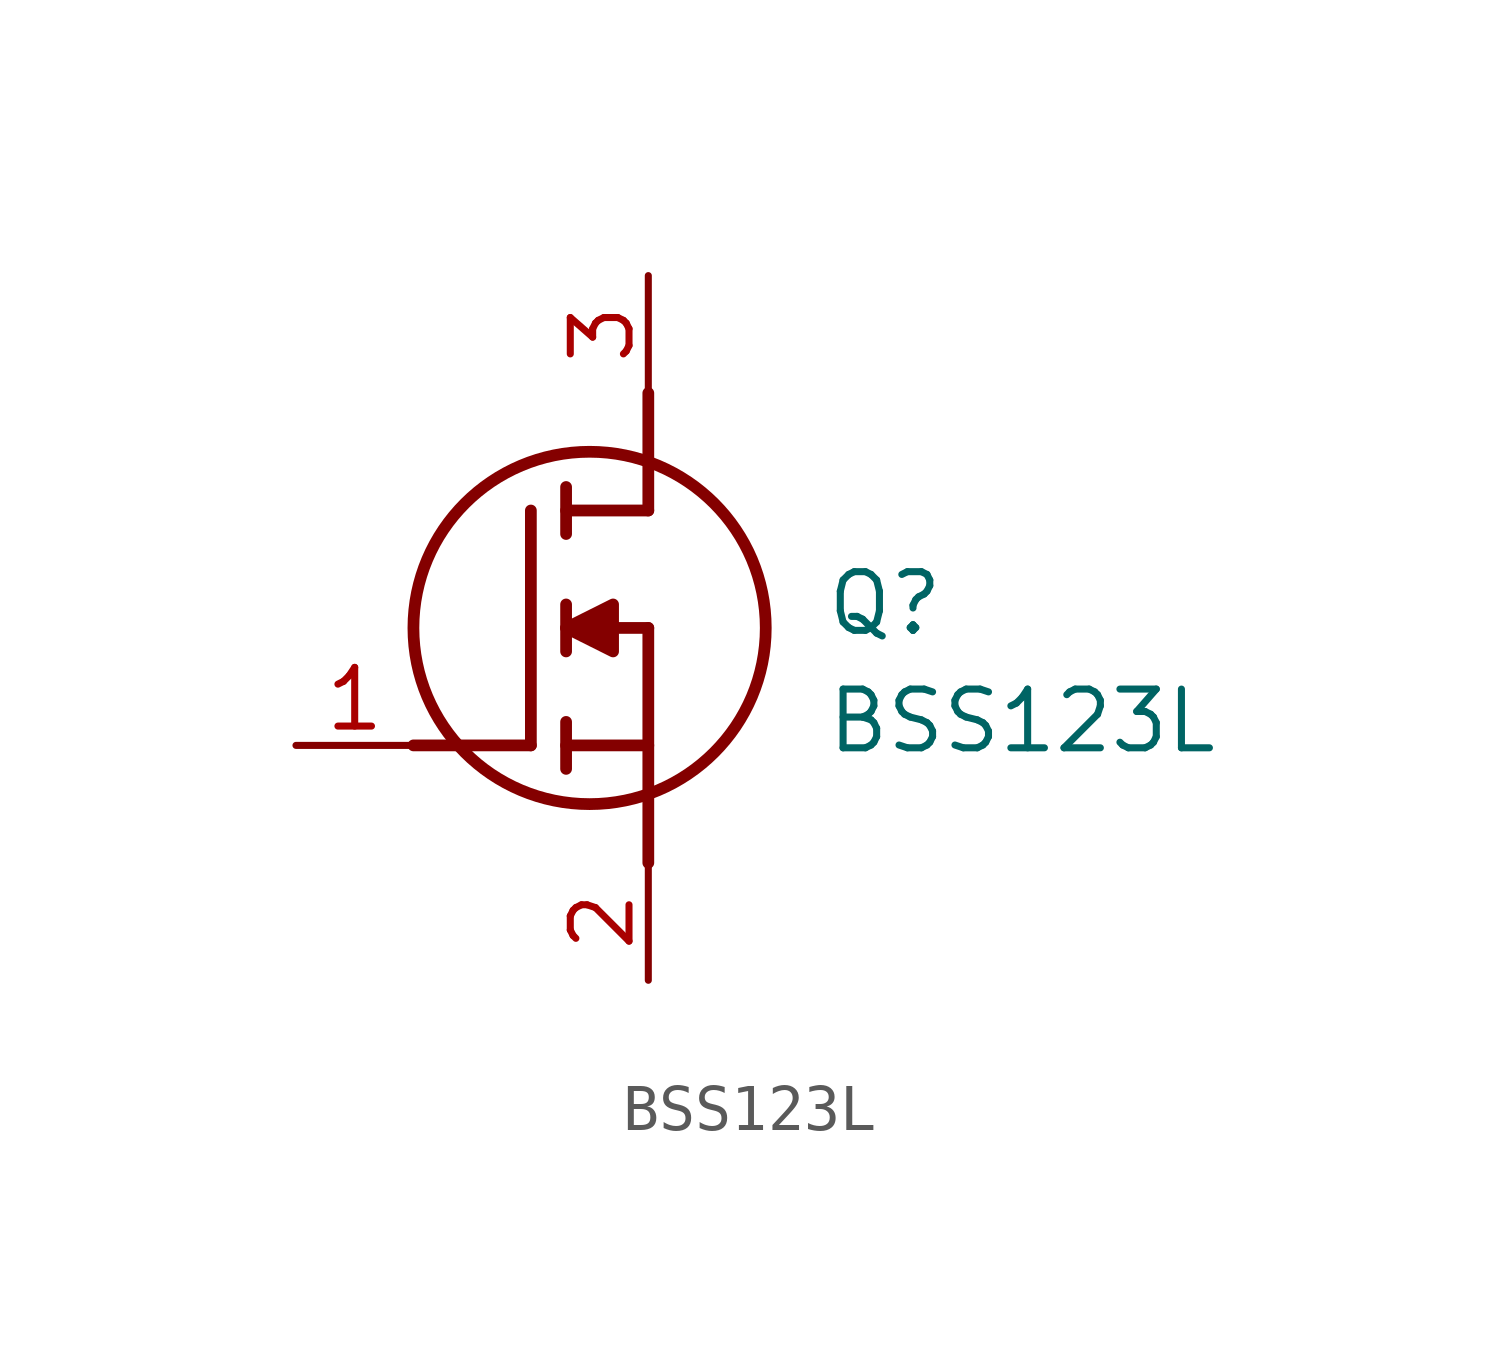
<source format=kicad_sym>
(kicad_symbol_lib
  (version 20211014)
  (generator SamacSys_ECAD_Model)
  (symbol "BSS123L"
    (pin_names hide)
    (property "Reference" "Q"
      (at 11.43 3.81 0)
      (effects (font (size 1.27 1.27)) (justify left top)))
    (property "Value" "BSS123L"
      (at 11.43 1.27 0)
      (effects (font (size 1.27 1.27)) (justify left top)))
    (polyline
      (pts (xy 7.62 2.54) (xy 7.62 -2.54))
      (stroke (width 0.254) (type default))
      (fill (type none)))
    (polyline
      (pts (xy 7.62 5.08) (xy 7.62 7.62))
      (stroke (width 0.254) (type default))
      (fill (type none)))
    (polyline
      (pts (xy 2.54 0) (xy 5.08 0))
      (stroke (width 0.254) (type default))
      (fill (type none)))
    (polyline
      (pts (xy 5.08 5.08) (xy 5.08 0))
      (stroke (width 0.254) (type default))
      (fill (type none)))
    (polyline
      (pts (xy 7.62 2.54) (xy 5.842 2.54))
      (stroke (width 0.254) (type default))
      (fill (type none)))
    (polyline
      (pts (xy 7.62 5.08) (xy 5.842 5.08))
      (stroke (width 0.254) (type default))
      (fill (type none)))
    (polyline
      (pts (xy 5.842 0) (xy 7.62 0))
      (stroke (width 0.254) (type default))
      (fill (type none)))
    (polyline
      (pts (xy 5.842 5.588) (xy 5.842 4.572))
      (stroke (width 0.254) (type default))
      (fill (type none)))
    (polyline
      (pts (xy 5.842 -0.508) (xy 5.842 0.508))
      (stroke (width 0.254) (type default))
      (fill (type none)))
    (polyline
      (pts (xy 5.842 2.032) (xy 5.842 3.048))
      (stroke (width 0.254) (type default))
      (fill (type none)))
    (circle
      (center 6.35 2.54)
      (radius 3.81)
      (stroke (width 0.254) (type default))
      (fill (type none)))
    (polyline
      (pts (xy 5.842 2.54) (xy 6.858 3.048) (xy 6.858 2.032) (xy 5.842 2.54))
      (stroke (width 0.254) (type default))
      (fill (type outline)))
    (pin passive line
      (at 0 0 0)
      (length 2.54)
      (name "G" (effects (font (size 1.27 1.27))))
      (number "1" (effects (font (size 1.27 1.27)))))
    (pin passive line
      (at 7.62 10.16 270)
      (length 2.54)
      (name "D" (effects (font (size 1.27 1.27))))
      (number "3" (effects (font (size 1.27 1.27)))))
    (pin passive line
      (at 7.62 -5.08 90)
      (length 2.54)
      (name "S" (effects (font (size 1.27 1.27))))
      (number "2" (effects (font (size 1.27 1.27)))))))
</source>
